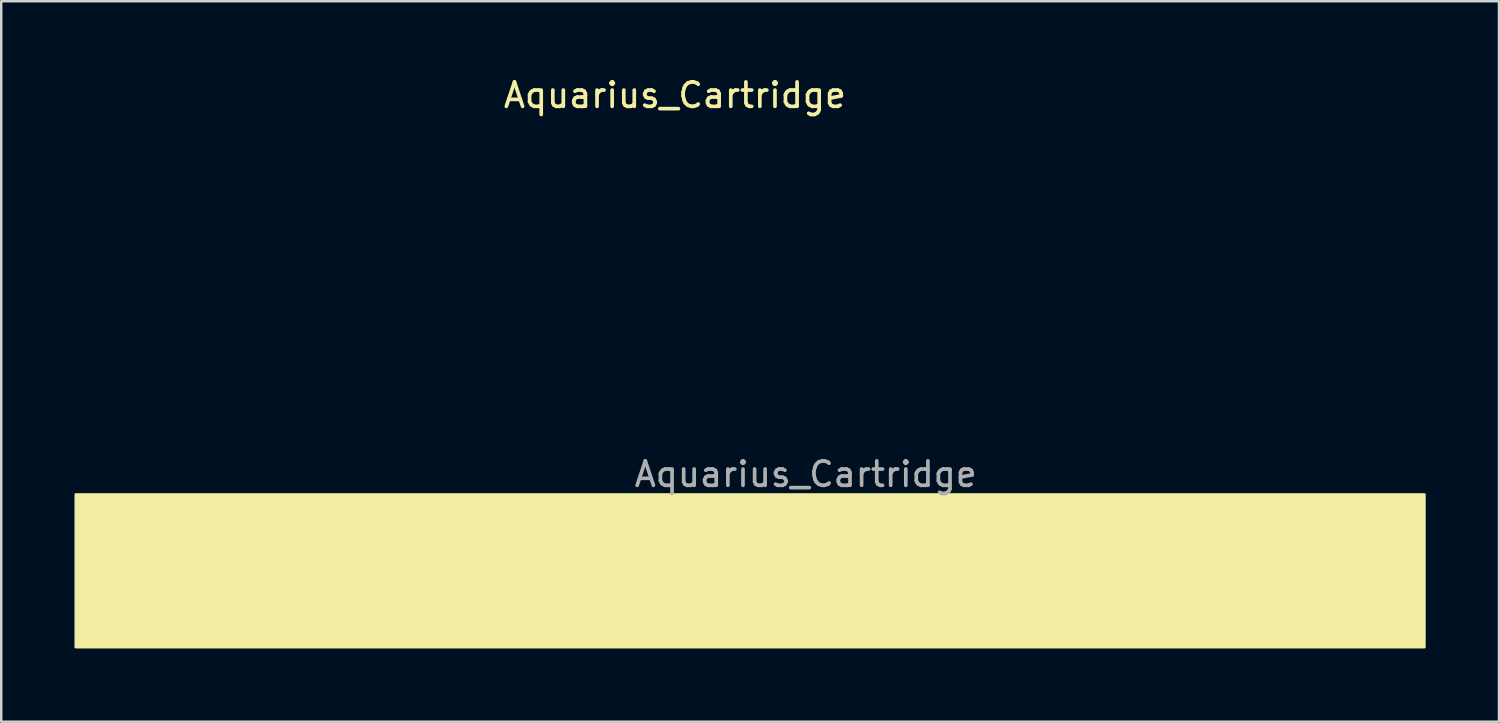
<source format=kicad_pcb>
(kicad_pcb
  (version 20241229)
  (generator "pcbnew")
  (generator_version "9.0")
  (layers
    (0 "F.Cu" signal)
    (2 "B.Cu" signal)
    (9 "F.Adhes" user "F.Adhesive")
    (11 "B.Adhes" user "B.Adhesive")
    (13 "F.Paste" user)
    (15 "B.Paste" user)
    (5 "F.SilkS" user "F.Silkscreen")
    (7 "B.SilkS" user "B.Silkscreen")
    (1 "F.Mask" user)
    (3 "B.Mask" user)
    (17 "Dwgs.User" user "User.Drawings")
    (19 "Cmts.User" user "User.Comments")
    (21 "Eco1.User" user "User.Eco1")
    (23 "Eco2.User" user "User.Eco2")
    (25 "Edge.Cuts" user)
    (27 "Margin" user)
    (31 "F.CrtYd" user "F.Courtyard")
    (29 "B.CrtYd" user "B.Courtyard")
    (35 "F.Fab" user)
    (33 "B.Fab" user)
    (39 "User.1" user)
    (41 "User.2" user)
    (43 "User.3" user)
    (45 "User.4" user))
  (footprint "Aquarius_Cartridge"
    (layer "F.Cu")
    (at 12.623 8.522)
    (property "Reference" "Aquarius_Cartridge" (at 11.963 -7.673 0) (layer "F.SilkS") (effects (font (size 1 1) (thickness 0.15))))
    (attr exclude_from_pos_files exclude_from_bom)
    (fp_poly (pts (xy 42.652 14.928) (xy -12.573 14.928) (xy -12.573 8.672) (xy 42.652 8.672)) (stroke (width 0.1) (type solid)) (fill yes) (layer "F.SilkS"))
    (fp_text user "${REFERENCE}" (at 17.32 7.844 0) (layer "F.Fab") (effects (font (size 1 1) (thickness 0.15))))
    (pad "1" connect rect (at -11.646 12.09) (size 1.27 5.08) (layers "F.Cu" "F.Mask"))
    (pad "2" connect rect (at -11.636 12.093) (size 1.27 5.08) (layers "F.Mask" "B.Cu"))
    (pad "3" connect rect (at -9.106 12.09) (size 1.27 5.08) (layers "F.Cu" "F.Mask"))
    (pad "4" connect rect (at -9.096 12.093) (size 1.27 5.08) (layers "F.Mask" "B.Cu"))
    (pad "5" connect rect (at -6.566 12.09) (size 1.27 5.08) (layers "F.Cu" "F.Mask"))
    (pad "6" connect rect (at -6.556 12.093) (size 1.27 5.08) (layers "F.Mask" "B.Cu"))
    (pad "7" connect rect (at -4.026 12.09) (size 1.27 5.08) (layers "F.Cu" "F.Mask"))
    (pad "8" connect rect (at -4.016 12.093) (size 1.27 5.08) (layers "F.Mask" "B.Cu"))
    (pad "9" connect rect (at -1.486 12.09) (size 1.27 5.08) (layers "F.Cu" "F.Mask"))
    (pad "10" connect rect (at -1.476 12.093) (size 1.27 5.08) (layers "F.Mask" "B.Cu"))
    (pad "11" connect rect (at 1.054 12.09) (size 1.27 5.08) (layers "F.Cu" "F.Mask"))
    (pad "12" connect rect (at 1.064 12.093) (size 1.27 5.08) (layers "F.Mask" "B.Cu"))
    (pad "13" connect rect (at 3.594 12.09) (size 1.27 5.08) (layers "F.Cu" "F.Mask"))
    (pad "14" connect rect (at 3.604 12.093) (size 1.27 5.08) (layers "F.Mask" "B.Cu"))
    (pad "15" connect rect (at 6.134 12.09) (size 1.27 5.08) (layers "F.Cu" "F.Mask"))
    (pad "16" connect rect (at 6.144 12.093) (size 1.27 5.08) (layers "F.Mask" "B.Cu"))
    (pad "17" connect rect (at 8.674 12.09) (size 1.27 5.08) (layers "F.Cu" "F.Mask"))
    (pad "18" connect rect (at 8.684 12.093) (size 1.27 5.08) (layers "F.Mask" "B.Cu"))
    (pad "19" connect rect (at 11.214 12.09) (size 1.27 5.08) (layers "F.Cu" "F.Mask"))
    (pad "20" connect rect (at 11.224 12.093) (size 1.27 5.08) (layers "F.Mask" "B.Cu"))
    (pad "21" connect rect (at 13.754 12.09) (size 1.27 5.08) (layers "F.Cu" "F.Mask"))
    (pad "22" connect rect (at 13.764 12.093) (size 1.27 5.08) (layers "F.Mask" "B.Cu"))
    (pad "23" connect rect (at 16.294 12.09) (size 1.27 5.08) (layers "F.Cu" "F.Mask"))
    (pad "24" connect rect (at 16.304 12.093) (size 1.27 5.08) (layers "F.Mask" "B.Cu"))
    (pad "25" connect rect (at 18.834 12.09) (size 1.27 5.08) (layers "F.Cu" "F.Mask"))
    (pad "26" connect rect (at 18.844 12.093) (size 1.27 5.08) (layers "F.Mask" "B.Cu"))
    (pad "27" connect rect (at 21.374 12.09) (size 1.27 5.08) (layers "F.Cu" "F.Mask"))
    (pad "28" connect rect (at 21.384 12.093) (size 1.27 5.08) (layers "F.Mask" "B.Cu"))
    (pad "29" connect rect (at 23.914 12.09) (size 1.27 5.08) (layers "F.Cu" "F.Mask"))
    (pad "30" connect rect (at 23.924 12.093) (size 1.27 5.08) (layers "F.Mask" "B.Cu"))
    (pad "31" connect rect (at 26.454 12.09) (size 1.27 5.08) (layers "F.Cu" "F.Mask"))
    (pad "32" connect rect (at 26.464 12.093) (size 1.27 5.08) (layers "F.Mask" "B.Cu"))
    (pad "33" connect rect (at 28.994 12.09) (size 1.27 5.08) (layers "F.Cu" "F.Mask"))
    (pad "34" connect rect (at 29.004 12.093) (size 1.27 5.08) (layers "F.Mask" "B.Cu"))
    (pad "35" connect rect (at 31.534 12.09) (size 1.27 5.08) (layers "F.Cu" "F.Mask"))
    (pad "36" connect rect (at 31.544 12.093) (size 1.27 5.08) (layers "F.Mask" "B.Cu"))
    (pad "37" connect rect (at 34.074 12.09) (size 1.27 5.08) (layers "F.Cu" "F.Mask"))
    (pad "38" connect rect (at 34.084 12.093) (size 1.27 5.08) (layers "F.Mask" "B.Cu"))
    (pad "39" connect rect (at 36.614 12.09) (size 1.27 5.08) (layers "F.Cu" "F.Mask"))
    (pad "40" connect rect (at 36.624 12.093) (size 1.27 5.08) (layers "F.Mask" "B.Cu"))
    (pad "41" connect rect (at 39.154 12.09) (size 1.27 5.08) (layers "F.Cu" "F.Mask"))
    (pad "42" connect rect (at 39.164 12.093) (size 1.27 5.08) (layers "F.Mask" "B.Cu"))
    (pad "43" connect rect (at 41.694 12.09) (size 1.27 5.08) (layers "F.Cu" "F.Mask"))
    (pad "44" connect rect (at 41.704 12.093) (size 1.27 5.08) (layers "F.Mask" "B.Cu")))
  (gr_rect
    (start -3 -3)
    (end 58.325 26.499)
    (stroke (width 0.1) (type default))
    (fill no)
    (layer "Edge.Cuts")))
</source>
